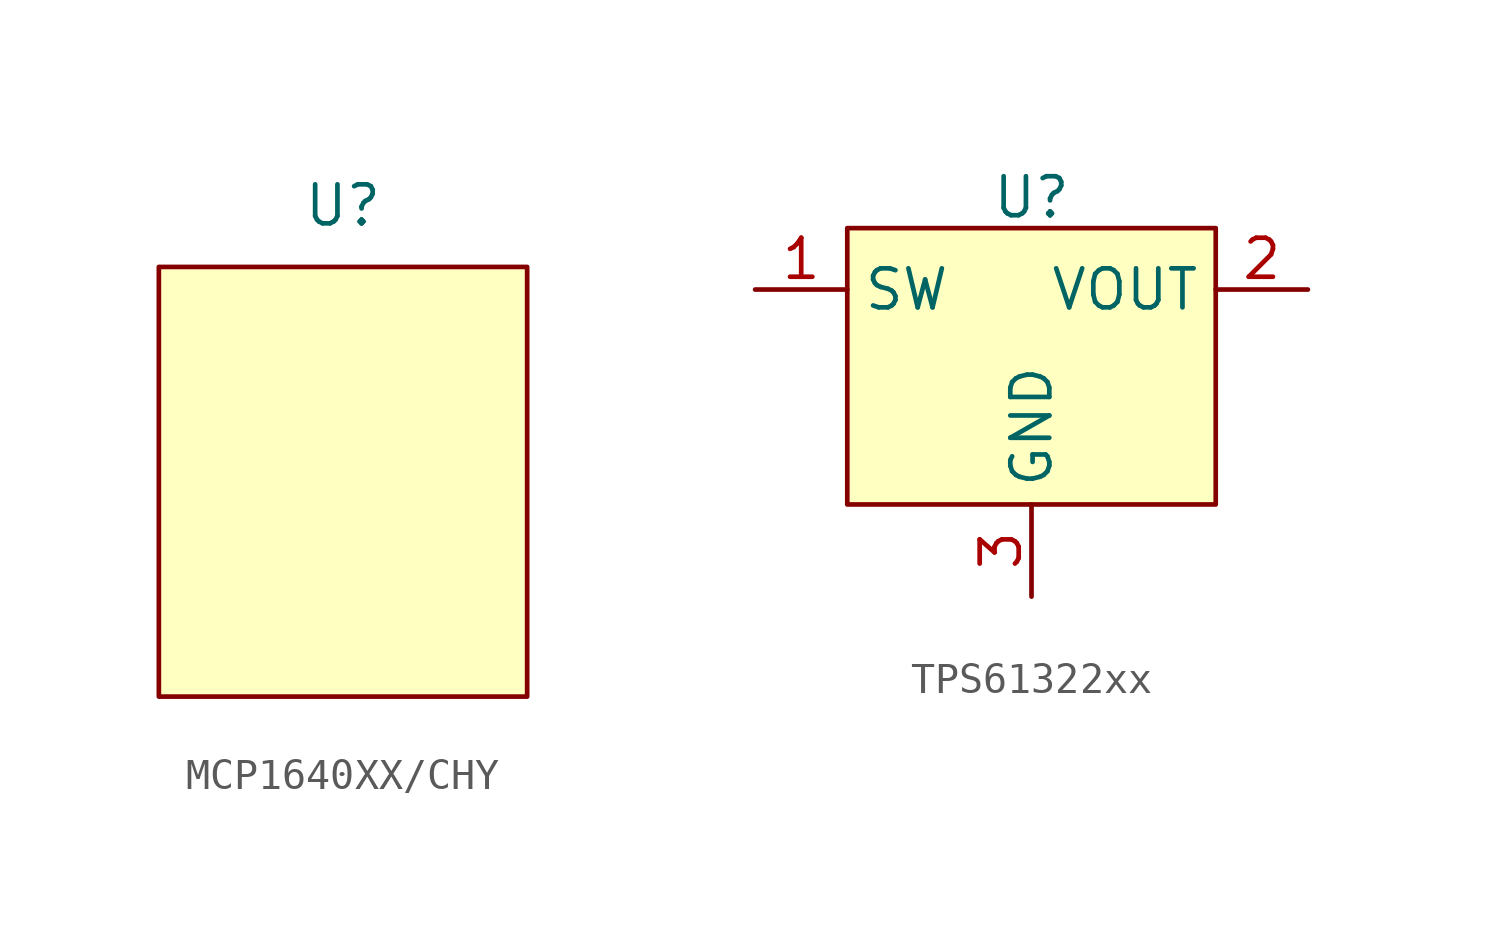
<source format=kicad_sym>
(kicad_symbol_lib
  (version 20220914)
  (generator kicad_symbol_editor)
  (symbol "MCP1640XX/CHY"
    (property "Reference" "U"
      (at 0 5 0)
      (effects (font (size 1.27 1.27))))
    (property "Value" ""
      (at 0 0 0)
      (effects (font (size 1.27 1.27))))
    (symbol "MCP1640XX/CHY_1_1"
      (rectangle (start -6 3) (end 6 -11) (stroke (width 0) (type default)) (fill (type background)))))
  (symbol "TPS61322xx"
    (pin_names
      (offset 0.5))
    (property "Reference" "U"
      (at 0 0 0)
      (effects (font (size 1.27 1.27))))
    (property "Value" ""
      (at 0 0 0)
      (effects (font (size 1.27 1.27))))
    (symbol "TPS61322xx_1_1"
      (rectangle (start -6 -1) (end 6 -10) (stroke (width 0) (type default)) (fill (type background)))
      (pin input line (at -9 -3 0) (length 3) (name "SW" (effects (font (size 1.27 1.27)))) (number "1" (effects (font (size 1.27 1.27)))))
      (pin input line (at 9 -3 180) (length 3) (name "VOUT" (effects (font (size 1.27 1.27)))) (number "2" (effects (font (size 1.27 1.27)))))
      (pin input line (at 0 -13 90) (length 3) (name "GND" (effects (font (size 1.27 1.27)))) (number "3" (effects (font (size 1.27 1.27))))))))
</source>
